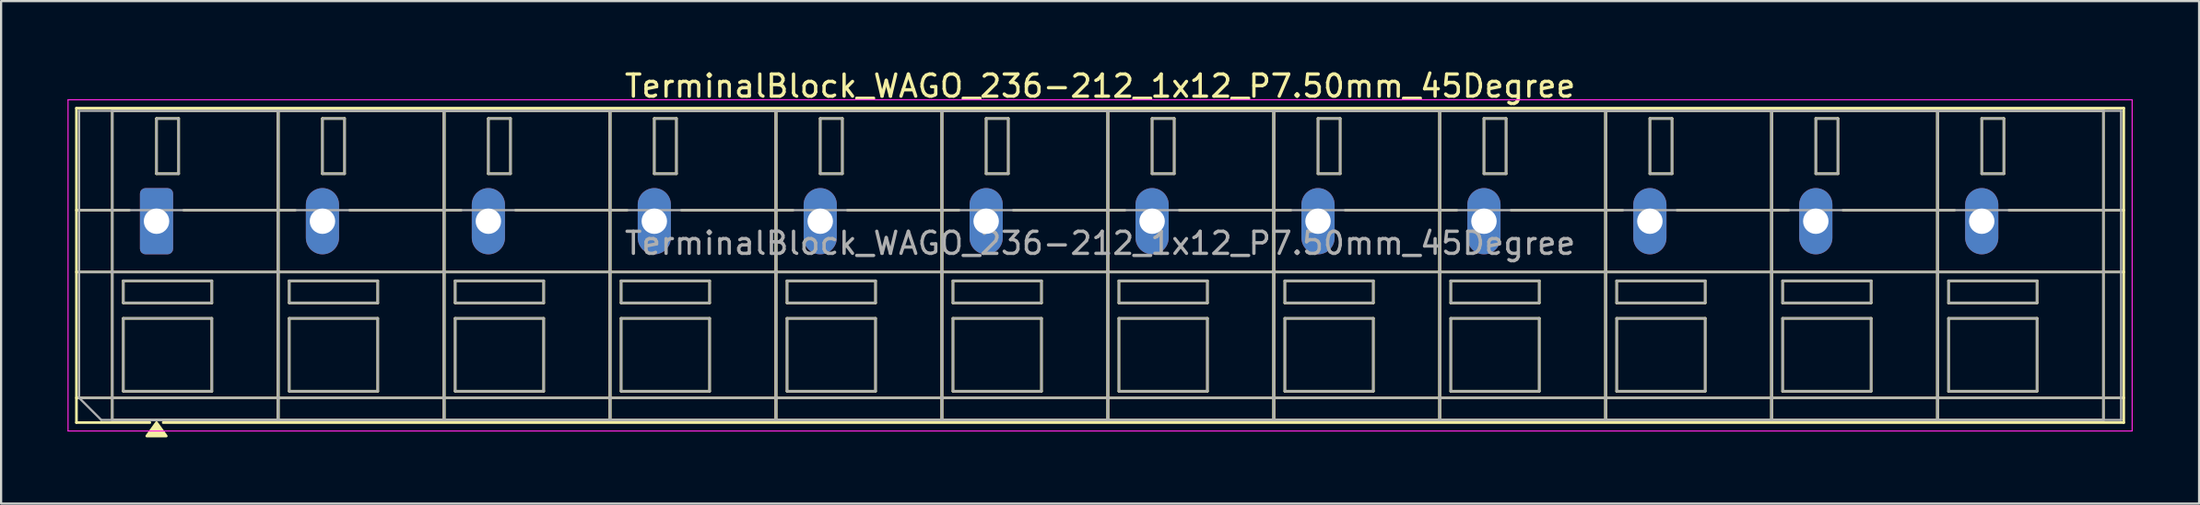
<source format=kicad_pcb>
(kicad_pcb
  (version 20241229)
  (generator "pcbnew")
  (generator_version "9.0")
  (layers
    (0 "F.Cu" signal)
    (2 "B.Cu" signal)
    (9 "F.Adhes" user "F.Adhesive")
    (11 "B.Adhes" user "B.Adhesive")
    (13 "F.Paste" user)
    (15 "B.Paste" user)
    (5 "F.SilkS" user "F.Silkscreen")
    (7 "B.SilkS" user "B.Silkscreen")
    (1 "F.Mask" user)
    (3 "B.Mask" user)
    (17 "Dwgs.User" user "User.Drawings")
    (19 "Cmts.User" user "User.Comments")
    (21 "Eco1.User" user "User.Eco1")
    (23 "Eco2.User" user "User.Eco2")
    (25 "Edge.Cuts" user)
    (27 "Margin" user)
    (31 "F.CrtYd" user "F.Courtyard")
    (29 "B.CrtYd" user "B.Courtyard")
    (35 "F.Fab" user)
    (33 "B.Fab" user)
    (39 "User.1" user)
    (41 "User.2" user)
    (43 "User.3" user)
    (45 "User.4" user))
  (footprint "TerminalBlock_WAGO_236-212_1x12_P7.50mm_45Degree"
    (layer "F.Cu")
    (at 4.025 6.968)
    (property "Reference" "TerminalBlock_WAGO_236-212_1x12_P7.50mm_45Degree" (at 42.65 -6.12 0) (layer "F.SilkS") (effects (font (size 1 1) (thickness 0.15))))
    (attr through_hole)
    (fp_line (start -3.62 -5.12) (end -3.62 9.12) (stroke (width 0.12) (type solid)) (layer "F.SilkS"))
    (fp_line (start -3.62 -5.12) (end 88.92 -5.12) (stroke (width 0.12) (type solid)) (layer "F.SilkS"))
    (fp_line (start -3.62 -0.5) (end -1.23 -0.5) (stroke (width 0.12) (type solid)) (layer "F.SilkS"))
    (fp_line (start -3.62 2.3) (end 88.92 2.3) (stroke (width 0.12) (type solid)) (layer "F.SilkS"))
    (fp_line (start -3.62 8) (end 88.92 8) (stroke (width 0.12) (type solid)) (layer "F.SilkS"))
    (fp_line (start -3.62 9.12) (end -0.3 9.12) (stroke (width 0.12) (type solid)) (layer "F.SilkS"))
    (fp_line (start -2 -5) (end -2 9) (stroke (width 0.12) (type solid)) (layer "F.SilkS"))
    (fp_line (start -2 -5) (end 5.5 -5) (stroke (width 0.12) (type solid)) (layer "F.SilkS"))
    (fp_line (start -2 9) (end 5.5 9) (stroke (width 0.12) (type solid)) (layer "F.SilkS"))
    (fp_line (start -1.5 2.7) (end -1.5 3.7) (stroke (width 0.12) (type solid)) (layer "F.SilkS"))
    (fp_line (start -1.5 2.7) (end 2.5 2.7) (stroke (width 0.12) (type solid)) (layer "F.SilkS"))
    (fp_line (start -1.5 3.7) (end 2.5 3.7) (stroke (width 0.12) (type solid)) (layer "F.SilkS"))
    (fp_line (start -1.5 4.4) (end -1.5 7.7) (stroke (width 0.12) (type solid)) (layer "F.SilkS"))
    (fp_line (start -1.5 4.4) (end 2.5 4.4) (stroke (width 0.12) (type solid)) (layer "F.SilkS"))
    (fp_line (start -1.5 7.7) (end 2.5 7.7) (stroke (width 0.12) (type solid)) (layer "F.SilkS"))
    (fp_line (start 0 -4.65) (end 0 -2.15) (stroke (width 0.12) (type solid)) (layer "F.SilkS"))
    (fp_line (start 0 -4.65) (end 1 -4.65) (stroke (width 0.12) (type solid)) (layer "F.SilkS"))
    (fp_line (start 0 -2.15) (end 1 -2.15) (stroke (width 0.12) (type solid)) (layer "F.SilkS"))
    (fp_line (start 0.3 9.12) (end 88.92 9.12) (stroke (width 0.12) (type solid)) (layer "F.SilkS"))
    (fp_line (start 1 -4.65) (end 1 -2.15) (stroke (width 0.12) (type solid)) (layer "F.SilkS"))
    (fp_line (start 1.23 -0.5) (end 6.27 -0.5) (stroke (width 0.12) (type solid)) (layer "F.SilkS"))
    (fp_line (start 2.5 2.7) (end 2.5 3.7) (stroke (width 0.12) (type solid)) (layer "F.SilkS"))
    (fp_line (start 2.5 4.4) (end 2.5 7.7) (stroke (width 0.12) (type solid)) (layer "F.SilkS"))
    (fp_line (start 5.5 -5) (end 5.5 9) (stroke (width 0.12) (type solid)) (layer "F.SilkS"))
    (fp_line (start 5.5 -5) (end 5.5 9) (stroke (width 0.12) (type solid)) (layer "F.SilkS"))
    (fp_line (start 5.5 -5) (end 13 -5) (stroke (width 0.12) (type solid)) (layer "F.SilkS"))
    (fp_line (start 5.5 9) (end 13 9) (stroke (width 0.12) (type solid)) (layer "F.SilkS"))
    (fp_line (start 6 2.7) (end 6 3.7) (stroke (width 0.12) (type solid)) (layer "F.SilkS"))
    (fp_line (start 6 2.7) (end 10 2.7) (stroke (width 0.12) (type solid)) (layer "F.SilkS"))
    (fp_line (start 6 3.7) (end 10 3.7) (stroke (width 0.12) (type solid)) (layer "F.SilkS"))
    (fp_line (start 6 4.4) (end 6 7.7) (stroke (width 0.12) (type solid)) (layer "F.SilkS"))
    (fp_line (start 6 4.4) (end 10 4.4) (stroke (width 0.12) (type solid)) (layer "F.SilkS"))
    (fp_line (start 6 7.7) (end 10 7.7) (stroke (width 0.12) (type solid)) (layer "F.SilkS"))
    (fp_line (start 7.5 -4.65) (end 7.5 -2.15) (stroke (width 0.12) (type solid)) (layer "F.SilkS"))
    (fp_line (start 7.5 -4.65) (end 8.5 -4.65) (stroke (width 0.12) (type solid)) (layer "F.SilkS"))
    (fp_line (start 7.5 -2.15) (end 8.5 -2.15) (stroke (width 0.12) (type solid)) (layer "F.SilkS"))
    (fp_line (start 8.5 -4.65) (end 8.5 -2.15) (stroke (width 0.12) (type solid)) (layer "F.SilkS"))
    (fp_line (start 8.73 -0.5) (end 13.77 -0.5) (stroke (width 0.12) (type solid)) (layer "F.SilkS"))
    (fp_line (start 10 2.7) (end 10 3.7) (stroke (width 0.12) (type solid)) (layer "F.SilkS"))
    (fp_line (start 10 4.4) (end 10 7.7) (stroke (width 0.12) (type solid)) (layer "F.SilkS"))
    (fp_line (start 13 -5) (end 13 9) (stroke (width 0.12) (type solid)) (layer "F.SilkS"))
    (fp_line (start 13 -5) (end 13 9) (stroke (width 0.12) (type solid)) (layer "F.SilkS"))
    (fp_line (start 13 -5) (end 20.5 -5) (stroke (width 0.12) (type solid)) (layer "F.SilkS"))
    (fp_line (start 13 9) (end 20.5 9) (stroke (width 0.12) (type solid)) (layer "F.SilkS"))
    (fp_line (start 13.5 2.7) (end 13.5 3.7) (stroke (width 0.12) (type solid)) (layer "F.SilkS"))
    (fp_line (start 13.5 2.7) (end 17.5 2.7) (stroke (width 0.12) (type solid)) (layer "F.SilkS"))
    (fp_line (start 13.5 3.7) (end 17.5 3.7) (stroke (width 0.12) (type solid)) (layer "F.SilkS"))
    (fp_line (start 13.5 4.4) (end 13.5 7.7) (stroke (width 0.12) (type solid)) (layer "F.SilkS"))
    (fp_line (start 13.5 4.4) (end 17.5 4.4) (stroke (width 0.12) (type solid)) (layer "F.SilkS"))
    (fp_line (start 13.5 7.7) (end 17.5 7.7) (stroke (width 0.12) (type solid)) (layer "F.SilkS"))
    (fp_line (start 15 -4.65) (end 15 -2.15) (stroke (width 0.12) (type solid)) (layer "F.SilkS"))
    (fp_line (start 15 -4.65) (end 16 -4.65) (stroke (width 0.12) (type solid)) (layer "F.SilkS"))
    (fp_line (start 15 -2.15) (end 16 -2.15) (stroke (width 0.12) (type solid)) (layer "F.SilkS"))
    (fp_line (start 16 -4.65) (end 16 -2.15) (stroke (width 0.12) (type solid)) (layer "F.SilkS"))
    (fp_line (start 16.23 -0.5) (end 21.27 -0.5) (stroke (width 0.12) (type solid)) (layer "F.SilkS"))
    (fp_line (start 17.5 2.7) (end 17.5 3.7) (stroke (width 0.12) (type solid)) (layer "F.SilkS"))
    (fp_line (start 17.5 4.4) (end 17.5 7.7) (stroke (width 0.12) (type solid)) (layer "F.SilkS"))
    (fp_line (start 20.5 -5) (end 20.5 9) (stroke (width 0.12) (type solid)) (layer "F.SilkS"))
    (fp_line (start 20.5 -5) (end 20.5 9) (stroke (width 0.12) (type solid)) (layer "F.SilkS"))
    (fp_line (start 20.5 -5) (end 28 -5) (stroke (width 0.12) (type solid)) (layer "F.SilkS"))
    (fp_line (start 20.5 9) (end 28 9) (stroke (width 0.12) (type solid)) (layer "F.SilkS"))
    (fp_line (start 21 2.7) (end 21 3.7) (stroke (width 0.12) (type solid)) (layer "F.SilkS"))
    (fp_line (start 21 2.7) (end 25 2.7) (stroke (width 0.12) (type solid)) (layer "F.SilkS"))
    (fp_line (start 21 3.7) (end 25 3.7) (stroke (width 0.12) (type solid)) (layer "F.SilkS"))
    (fp_line (start 21 4.4) (end 21 7.7) (stroke (width 0.12) (type solid)) (layer "F.SilkS"))
    (fp_line (start 21 4.4) (end 25 4.4) (stroke (width 0.12) (type solid)) (layer "F.SilkS"))
    (fp_line (start 21 7.7) (end 25 7.7) (stroke (width 0.12) (type solid)) (layer "F.SilkS"))
    (fp_line (start 22.5 -4.65) (end 22.5 -2.15) (stroke (width 0.12) (type solid)) (layer "F.SilkS"))
    (fp_line (start 22.5 -4.65) (end 23.5 -4.65) (stroke (width 0.12) (type solid)) (layer "F.SilkS"))
    (fp_line (start 22.5 -2.15) (end 23.5 -2.15) (stroke (width 0.12) (type solid)) (layer "F.SilkS"))
    (fp_line (start 23.5 -4.65) (end 23.5 -2.15) (stroke (width 0.12) (type solid)) (layer "F.SilkS"))
    (fp_line (start 23.73 -0.5) (end 28.77 -0.5) (stroke (width 0.12) (type solid)) (layer "F.SilkS"))
    (fp_line (start 25 2.7) (end 25 3.7) (stroke (width 0.12) (type solid)) (layer "F.SilkS"))
    (fp_line (start 25 4.4) (end 25 7.7) (stroke (width 0.12) (type solid)) (layer "F.SilkS"))
    (fp_line (start 28 -5) (end 28 9) (stroke (width 0.12) (type solid)) (layer "F.SilkS"))
    (fp_line (start 28 -5) (end 28 9) (stroke (width 0.12) (type solid)) (layer "F.SilkS"))
    (fp_line (start 28 -5) (end 35.5 -5) (stroke (width 0.12) (type solid)) (layer "F.SilkS"))
    (fp_line (start 28 9) (end 35.5 9) (stroke (width 0.12) (type solid)) (layer "F.SilkS"))
    (fp_line (start 28.5 2.7) (end 28.5 3.7) (stroke (width 0.12) (type solid)) (layer "F.SilkS"))
    (fp_line (start 28.5 2.7) (end 32.5 2.7) (stroke (width 0.12) (type solid)) (layer "F.SilkS"))
    (fp_line (start 28.5 3.7) (end 32.5 3.7) (stroke (width 0.12) (type solid)) (layer "F.SilkS"))
    (fp_line (start 28.5 4.4) (end 28.5 7.7) (stroke (width 0.12) (type solid)) (layer "F.SilkS"))
    (fp_line (start 28.5 4.4) (end 32.5 4.4) (stroke (width 0.12) (type solid)) (layer "F.SilkS"))
    (fp_line (start 28.5 7.7) (end 32.5 7.7) (stroke (width 0.12) (type solid)) (layer "F.SilkS"))
    (fp_line (start 30 -4.65) (end 30 -2.15) (stroke (width 0.12) (type solid)) (layer "F.SilkS"))
    (fp_line (start 30 -4.65) (end 31 -4.65) (stroke (width 0.12) (type solid)) (layer "F.SilkS"))
    (fp_line (start 30 -2.15) (end 31 -2.15) (stroke (width 0.12) (type solid)) (layer "F.SilkS"))
    (fp_line (start 31 -4.65) (end 31 -2.15) (stroke (width 0.12) (type solid)) (layer "F.SilkS"))
    (fp_line (start 31.23 -0.5) (end 36.27 -0.5) (stroke (width 0.12) (type solid)) (layer "F.SilkS"))
    (fp_line (start 32.5 2.7) (end 32.5 3.7) (stroke (width 0.12) (type solid)) (layer "F.SilkS"))
    (fp_line (start 32.5 4.4) (end 32.5 7.7) (stroke (width 0.12) (type solid)) (layer "F.SilkS"))
    (fp_line (start 35.5 -5) (end 35.5 9) (stroke (width 0.12) (type solid)) (layer "F.SilkS"))
    (fp_line (start 35.5 -5) (end 35.5 9) (stroke (width 0.12) (type solid)) (layer "F.SilkS"))
    (fp_line (start 35.5 -5) (end 43 -5) (stroke (width 0.12) (type solid)) (layer "F.SilkS"))
    (fp_line (start 35.5 9) (end 43 9) (stroke (width 0.12) (type solid)) (layer "F.SilkS"))
    (fp_line (start 36 2.7) (end 36 3.7) (stroke (width 0.12) (type solid)) (layer "F.SilkS"))
    (fp_line (start 36 2.7) (end 40 2.7) (stroke (width 0.12) (type solid)) (layer "F.SilkS"))
    (fp_line (start 36 3.7) (end 40 3.7) (stroke (width 0.12) (type solid)) (layer "F.SilkS"))
    (fp_line (start 36 4.4) (end 36 7.7) (stroke (width 0.12) (type solid)) (layer "F.SilkS"))
    (fp_line (start 36 4.4) (end 40 4.4) (stroke (width 0.12) (type solid)) (layer "F.SilkS"))
    (fp_line (start 36 7.7) (end 40 7.7) (stroke (width 0.12) (type solid)) (layer "F.SilkS"))
    (fp_line (start 37.5 -4.65) (end 37.5 -2.15) (stroke (width 0.12) (type solid)) (layer "F.SilkS"))
    (fp_line (start 37.5 -4.65) (end 38.5 -4.65) (stroke (width 0.12) (type solid)) (layer "F.SilkS"))
    (fp_line (start 37.5 -2.15) (end 38.5 -2.15) (stroke (width 0.12) (type solid)) (layer "F.SilkS"))
    (fp_line (start 38.5 -4.65) (end 38.5 -2.15) (stroke (width 0.12) (type solid)) (layer "F.SilkS"))
    (fp_line (start 38.73 -0.5) (end 43.77 -0.5) (stroke (width 0.12) (type solid)) (layer "F.SilkS"))
    (fp_line (start 40 2.7) (end 40 3.7) (stroke (width 0.12) (type solid)) (layer "F.SilkS"))
    (fp_line (start 40 4.4) (end 40 7.7) (stroke (width 0.12) (type solid)) (layer "F.SilkS"))
    (fp_line (start 43 -5) (end 43 9) (stroke (width 0.12) (type solid)) (layer "F.SilkS"))
    (fp_line (start 43 -5) (end 43 9) (stroke (width 0.12) (type solid)) (layer "F.SilkS"))
    (fp_line (start 43 -5) (end 50.5 -5) (stroke (width 0.12) (type solid)) (layer "F.SilkS"))
    (fp_line (start 43 9) (end 50.5 9) (stroke (width 0.12) (type solid)) (layer "F.SilkS"))
    (fp_line (start 43.5 2.7) (end 43.5 3.7) (stroke (width 0.12) (type solid)) (layer "F.SilkS"))
    (fp_line (start 43.5 2.7) (end 47.5 2.7) (stroke (width 0.12) (type solid)) (layer "F.SilkS"))
    (fp_line (start 43.5 3.7) (end 47.5 3.7) (stroke (width 0.12) (type solid)) (layer "F.SilkS"))
    (fp_line (start 43.5 4.4) (end 43.5 7.7) (stroke (width 0.12) (type solid)) (layer "F.SilkS"))
    (fp_line (start 43.5 4.4) (end 47.5 4.4) (stroke (width 0.12) (type solid)) (layer "F.SilkS"))
    (fp_line (start 43.5 7.7) (end 47.5 7.7) (stroke (width 0.12) (type solid)) (layer "F.SilkS"))
    (fp_line (start 45 -4.65) (end 45 -2.15) (stroke (width 0.12) (type solid)) (layer "F.SilkS"))
    (fp_line (start 45 -4.65) (end 46 -4.65) (stroke (width 0.12) (type solid)) (layer "F.SilkS"))
    (fp_line (start 45 -2.15) (end 46 -2.15) (stroke (width 0.12) (type solid)) (layer "F.SilkS"))
    (fp_line (start 46 -4.65) (end 46 -2.15) (stroke (width 0.12) (type solid)) (layer "F.SilkS"))
    (fp_line (start 46.23 -0.5) (end 51.27 -0.5) (stroke (width 0.12) (type solid)) (layer "F.SilkS"))
    (fp_line (start 47.5 2.7) (end 47.5 3.7) (stroke (width 0.12) (type solid)) (layer "F.SilkS"))
    (fp_line (start 47.5 4.4) (end 47.5 7.7) (stroke (width 0.12) (type solid)) (layer "F.SilkS"))
    (fp_line (start 50.5 -5) (end 50.5 9) (stroke (width 0.12) (type solid)) (layer "F.SilkS"))
    (fp_line (start 50.5 -5) (end 50.5 9) (stroke (width 0.12) (type solid)) (layer "F.SilkS"))
    (fp_line (start 50.5 -5) (end 58 -5) (stroke (width 0.12) (type solid)) (layer "F.SilkS"))
    (fp_line (start 50.5 9) (end 58 9) (stroke (width 0.12) (type solid)) (layer "F.SilkS"))
    (fp_line (start 51 2.7) (end 51 3.7) (stroke (width 0.12) (type solid)) (layer "F.SilkS"))
    (fp_line (start 51 2.7) (end 55 2.7) (stroke (width 0.12) (type solid)) (layer "F.SilkS"))
    (fp_line (start 51 3.7) (end 55 3.7) (stroke (width 0.12) (type solid)) (layer "F.SilkS"))
    (fp_line (start 51 4.4) (end 51 7.7) (stroke (width 0.12) (type solid)) (layer "F.SilkS"))
    (fp_line (start 51 4.4) (end 55 4.4) (stroke (width 0.12) (type solid)) (layer "F.SilkS"))
    (fp_line (start 51 7.7) (end 55 7.7) (stroke (width 0.12) (type solid)) (layer "F.SilkS"))
    (fp_line (start 52.5 -4.65) (end 52.5 -2.15) (stroke (width 0.12) (type solid)) (layer "F.SilkS"))
    (fp_line (start 52.5 -4.65) (end 53.5 -4.65) (stroke (width 0.12) (type solid)) (layer "F.SilkS"))
    (fp_line (start 52.5 -2.15) (end 53.5 -2.15) (stroke (width 0.12) (type solid)) (layer "F.SilkS"))
    (fp_line (start 53.5 -4.65) (end 53.5 -2.15) (stroke (width 0.12) (type solid)) (layer "F.SilkS"))
    (fp_line (start 53.73 -0.5) (end 58.77 -0.5) (stroke (width 0.12) (type solid)) (layer "F.SilkS"))
    (fp_line (start 55 2.7) (end 55 3.7) (stroke (width 0.12) (type solid)) (layer "F.SilkS"))
    (fp_line (start 55 4.4) (end 55 7.7) (stroke (width 0.12) (type solid)) (layer "F.SilkS"))
    (fp_line (start 58 -5) (end 58 9) (stroke (width 0.12) (type solid)) (layer "F.SilkS"))
    (fp_line (start 58 -5) (end 58 9) (stroke (width 0.12) (type solid)) (layer "F.SilkS"))
    (fp_line (start 58 -5) (end 65.5 -5) (stroke (width 0.12) (type solid)) (layer "F.SilkS"))
    (fp_line (start 58 9) (end 65.5 9) (stroke (width 0.12) (type solid)) (layer "F.SilkS"))
    (fp_line (start 58.5 2.7) (end 58.5 3.7) (stroke (width 0.12) (type solid)) (layer "F.SilkS"))
    (fp_line (start 58.5 2.7) (end 62.5 2.7) (stroke (width 0.12) (type solid)) (layer "F.SilkS"))
    (fp_line (start 58.5 3.7) (end 62.5 3.7) (stroke (width 0.12) (type solid)) (layer "F.SilkS"))
    (fp_line (start 58.5 4.4) (end 58.5 7.7) (stroke (width 0.12) (type solid)) (layer "F.SilkS"))
    (fp_line (start 58.5 4.4) (end 62.5 4.4) (stroke (width 0.12) (type solid)) (layer "F.SilkS"))
    (fp_line (start 58.5 7.7) (end 62.5 7.7) (stroke (width 0.12) (type solid)) (layer "F.SilkS"))
    (fp_line (start 60 -4.65) (end 60 -2.15) (stroke (width 0.12) (type solid)) (layer "F.SilkS"))
    (fp_line (start 60 -4.65) (end 61 -4.65) (stroke (width 0.12) (type solid)) (layer "F.SilkS"))
    (fp_line (start 60 -2.15) (end 61 -2.15) (stroke (width 0.12) (type solid)) (layer "F.SilkS"))
    (fp_line (start 61 -4.65) (end 61 -2.15) (stroke (width 0.12) (type solid)) (layer "F.SilkS"))
    (fp_line (start 61.23 -0.5) (end 66.27 -0.5) (stroke (width 0.12) (type solid)) (layer "F.SilkS"))
    (fp_line (start 62.5 2.7) (end 62.5 3.7) (stroke (width 0.12) (type solid)) (layer "F.SilkS"))
    (fp_line (start 62.5 4.4) (end 62.5 7.7) (stroke (width 0.12) (type solid)) (layer "F.SilkS"))
    (fp_line (start 65.5 -5) (end 65.5 9) (stroke (width 0.12) (type solid)) (layer "F.SilkS"))
    (fp_line (start 65.5 -5) (end 65.5 9) (stroke (width 0.12) (type solid)) (layer "F.SilkS"))
    (fp_line (start 65.5 -5) (end 73 -5) (stroke (width 0.12) (type solid)) (layer "F.SilkS"))
    (fp_line (start 65.5 9) (end 73 9) (stroke (width 0.12) (type solid)) (layer "F.SilkS"))
    (fp_line (start 66 2.7) (end 66 3.7) (stroke (width 0.12) (type solid)) (layer "F.SilkS"))
    (fp_line (start 66 2.7) (end 70 2.7) (stroke (width 0.12) (type solid)) (layer "F.SilkS"))
    (fp_line (start 66 3.7) (end 70 3.7) (stroke (width 0.12) (type solid)) (layer "F.SilkS"))
    (fp_line (start 66 4.4) (end 66 7.7) (stroke (width 0.12) (type solid)) (layer "F.SilkS"))
    (fp_line (start 66 4.4) (end 70 4.4) (stroke (width 0.12) (type solid)) (layer "F.SilkS"))
    (fp_line (start 66 7.7) (end 70 7.7) (stroke (width 0.12) (type solid)) (layer "F.SilkS"))
    (fp_line (start 67.5 -4.65) (end 67.5 -2.15) (stroke (width 0.12) (type solid)) (layer "F.SilkS"))
    (fp_line (start 67.5 -4.65) (end 68.5 -4.65) (stroke (width 0.12) (type solid)) (layer "F.SilkS"))
    (fp_line (start 67.5 -2.15) (end 68.5 -2.15) (stroke (width 0.12) (type solid)) (layer "F.SilkS"))
    (fp_line (start 68.5 -4.65) (end 68.5 -2.15) (stroke (width 0.12) (type solid)) (layer "F.SilkS"))
    (fp_line (start 68.73 -0.5) (end 73.77 -0.5) (stroke (width 0.12) (type solid)) (layer "F.SilkS"))
    (fp_line (start 70 2.7) (end 70 3.7) (stroke (width 0.12) (type solid)) (layer "F.SilkS"))
    (fp_line (start 70 4.4) (end 70 7.7) (stroke (width 0.12) (type solid)) (layer "F.SilkS"))
    (fp_line (start 73 -5) (end 73 9) (stroke (width 0.12) (type solid)) (layer "F.SilkS"))
    (fp_line (start 73 -5) (end 73 9) (stroke (width 0.12) (type solid)) (layer "F.SilkS"))
    (fp_line (start 73 -5) (end 80.5 -5) (stroke (width 0.12) (type solid)) (layer "F.SilkS"))
    (fp_line (start 73 9) (end 80.5 9) (stroke (width 0.12) (type solid)) (layer "F.SilkS"))
    (fp_line (start 73.5 2.7) (end 73.5 3.7) (stroke (width 0.12) (type solid)) (layer "F.SilkS"))
    (fp_line (start 73.5 2.7) (end 77.5 2.7) (stroke (width 0.12) (type solid)) (layer "F.SilkS"))
    (fp_line (start 73.5 3.7) (end 77.5 3.7) (stroke (width 0.12) (type solid)) (layer "F.SilkS"))
    (fp_line (start 73.5 4.4) (end 73.5 7.7) (stroke (width 0.12) (type solid)) (layer "F.SilkS"))
    (fp_line (start 73.5 4.4) (end 77.5 4.4) (stroke (width 0.12) (type solid)) (layer "F.SilkS"))
    (fp_line (start 73.5 7.7) (end 77.5 7.7) (stroke (width 0.12) (type solid)) (layer "F.SilkS"))
    (fp_line (start 75 -4.65) (end 75 -2.15) (stroke (width 0.12) (type solid)) (layer "F.SilkS"))
    (fp_line (start 75 -4.65) (end 76 -4.65) (stroke (width 0.12) (type solid)) (layer "F.SilkS"))
    (fp_line (start 75 -2.15) (end 76 -2.15) (stroke (width 0.12) (type solid)) (layer "F.SilkS"))
    (fp_line (start 76 -4.65) (end 76 -2.15) (stroke (width 0.12) (type solid)) (layer "F.SilkS"))
    (fp_line (start 76.23 -0.5) (end 81.27 -0.5) (stroke (width 0.12) (type solid)) (layer "F.SilkS"))
    (fp_line (start 77.5 2.7) (end 77.5 3.7) (stroke (width 0.12) (type solid)) (layer "F.SilkS"))
    (fp_line (start 77.5 4.4) (end 77.5 7.7) (stroke (width 0.12) (type solid)) (layer "F.SilkS"))
    (fp_line (start 80.5 -5) (end 80.5 9) (stroke (width 0.12) (type solid)) (layer "F.SilkS"))
    (fp_line (start 80.5 -5) (end 80.5 9) (stroke (width 0.12) (type solid)) (layer "F.SilkS"))
    (fp_line (start 80.5 -5) (end 88 -5) (stroke (width 0.12) (type solid)) (layer "F.SilkS"))
    (fp_line (start 80.5 9) (end 88 9) (stroke (width 0.12) (type solid)) (layer "F.SilkS"))
    (fp_line (start 81 2.7) (end 81 3.7) (stroke (width 0.12) (type solid)) (layer "F.SilkS"))
    (fp_line (start 81 2.7) (end 85 2.7) (stroke (width 0.12) (type solid)) (layer "F.SilkS"))
    (fp_line (start 81 3.7) (end 85 3.7) (stroke (width 0.12) (type solid)) (layer "F.SilkS"))
    (fp_line (start 81 4.4) (end 81 7.7) (stroke (width 0.12) (type solid)) (layer "F.SilkS"))
    (fp_line (start 81 4.4) (end 85 4.4) (stroke (width 0.12) (type solid)) (layer "F.SilkS"))
    (fp_line (start 81 7.7) (end 85 7.7) (stroke (width 0.12) (type solid)) (layer "F.SilkS"))
    (fp_line (start 82.5 -4.65) (end 82.5 -2.15) (stroke (width 0.12) (type solid)) (layer "F.SilkS"))
    (fp_line (start 82.5 -4.65) (end 83.5 -4.65) (stroke (width 0.12) (type solid)) (layer "F.SilkS"))
    (fp_line (start 82.5 -2.15) (end 83.5 -2.15) (stroke (width 0.12) (type solid)) (layer "F.SilkS"))
    (fp_line (start 83.5 -4.65) (end 83.5 -2.15) (stroke (width 0.12) (type solid)) (layer "F.SilkS"))
    (fp_line (start 83.73 -0.5) (end 88.92 -0.5) (stroke (width 0.12) (type solid)) (layer "F.SilkS"))
    (fp_line (start 85 2.7) (end 85 3.7) (stroke (width 0.12) (type solid)) (layer "F.SilkS"))
    (fp_line (start 85 4.4) (end 85 7.7) (stroke (width 0.12) (type solid)) (layer "F.SilkS"))
    (fp_line (start 88 -5) (end 88 9) (stroke (width 0.12) (type solid)) (layer "F.SilkS"))
    (fp_line (start 88.92 -5.12) (end 88.92 9.12) (stroke (width 0.12) (type solid)) (layer "F.SilkS"))
    (fp_poly (pts (xy 0 9.12) (xy 0.44 9.73) (xy -0.44 9.73)) (stroke (width 0.12) (type solid)) (fill yes) (layer "F.SilkS"))
    (fp_line (start -4 -5.5) (end -4 9.5) (stroke (width 0.05) (type solid)) (layer "F.CrtYd"))
    (fp_line (start -4 9.5) (end 89.3 9.5) (stroke (width 0.05) (type solid)) (layer "F.CrtYd"))
    (fp_line (start 89.3 -5.5) (end -4 -5.5) (stroke (width 0.05) (type solid)) (layer "F.CrtYd"))
    (fp_line (start 89.3 9.5) (end 89.3 -5.5) (stroke (width 0.05) (type solid)) (layer "F.CrtYd"))
    (fp_line (start -3.5 -5) (end 88.8 -5) (stroke (width 0.1) (type solid)) (layer "F.Fab"))
    (fp_line (start -3.5 -0.5) (end 88.8 -0.5) (stroke (width 0.1) (type solid)) (layer "F.Fab"))
    (fp_line (start -3.5 2.3) (end 88.8 2.3) (stroke (width 0.1) (type solid)) (layer "F.Fab"))
    (fp_line (start -3.5 8) (end -3.5 -5) (stroke (width 0.1) (type solid)) (layer "F.Fab"))
    (fp_line (start -3.5 8) (end 88.8 8) (stroke (width 0.1) (type solid)) (layer "F.Fab"))
    (fp_line (start -2.5 9) (end -3.5 8) (stroke (width 0.1) (type solid)) (layer "F.Fab"))
    (fp_line (start -2 -5) (end -2 9) (stroke (width 0.1) (type solid)) (layer "F.Fab"))
    (fp_line (start -2 9) (end 5.5 9) (stroke (width 0.1) (type solid)) (layer "F.Fab"))
    (fp_line (start -1.5 2.7) (end -1.5 3.7) (stroke (width 0.1) (type solid)) (layer "F.Fab"))
    (fp_line (start -1.5 3.7) (end 2.5 3.7) (stroke (width 0.1) (type solid)) (layer "F.Fab"))
    (fp_line (start -1.5 4.4) (end -1.5 7.7) (stroke (width 0.1) (type solid)) (layer "F.Fab"))
    (fp_line (start -1.5 7.7) (end 2.5 7.7) (stroke (width 0.1) (type solid)) (layer "F.Fab"))
    (fp_line (start 0 -4.65) (end 0 -2.15) (stroke (width 0.1) (type solid)) (layer "F.Fab"))
    (fp_line (start 0 -2.15) (end 1 -2.15) (stroke (width 0.1) (type solid)) (layer "F.Fab"))
    (fp_line (start 1 -4.65) (end 0 -4.65) (stroke (width 0.1) (type solid)) (layer "F.Fab"))
    (fp_line (start 1 -2.15) (end 1 -4.65) (stroke (width 0.1) (type solid)) (layer "F.Fab"))
    (fp_line (start 2.5 2.7) (end -1.5 2.7) (stroke (width 0.1) (type solid)) (layer "F.Fab"))
    (fp_line (start 2.5 3.7) (end 2.5 2.7) (stroke (width 0.1) (type solid)) (layer "F.Fab"))
    (fp_line (start 2.5 4.4) (end -1.5 4.4) (stroke (width 0.1) (type solid)) (layer "F.Fab"))
    (fp_line (start 2.5 7.7) (end 2.5 4.4) (stroke (width 0.1) (type solid)) (layer "F.Fab"))
    (fp_line (start 5.5 -5) (end -2 -5) (stroke (width 0.1) (type solid)) (layer "F.Fab"))
    (fp_line (start 5.5 -5) (end 5.5 9) (stroke (width 0.1) (type solid)) (layer "F.Fab"))
    (fp_line (start 5.5 9) (end 5.5 -5) (stroke (width 0.1) (type solid)) (layer "F.Fab"))
    (fp_line (start 5.5 9) (end 13 9) (stroke (width 0.1) (type solid)) (layer "F.Fab"))
    (fp_line (start 6 2.7) (end 6 3.7) (stroke (width 0.1) (type solid)) (layer "F.Fab"))
    (fp_line (start 6 3.7) (end 10 3.7) (stroke (width 0.1) (type solid)) (layer "F.Fab"))
    (fp_line (start 6 4.4) (end 6 7.7) (stroke (width 0.1) (type solid)) (layer "F.Fab"))
    (fp_line (start 6 7.7) (end 10 7.7) (stroke (width 0.1) (type solid)) (layer "F.Fab"))
    (fp_line (start 7.5 -4.65) (end 7.5 -2.15) (stroke (width 0.1) (type solid)) (layer "F.Fab"))
    (fp_line (start 7.5 -2.15) (end 8.5 -2.15) (stroke (width 0.1) (type solid)) (layer "F.Fab"))
    (fp_line (start 8.5 -4.65) (end 7.5 -4.65) (stroke (width 0.1) (type solid)) (layer "F.Fab"))
    (fp_line (start 8.5 -2.15) (end 8.5 -4.65) (stroke (width 0.1) (type solid)) (layer "F.Fab"))
    (fp_line (start 10 2.7) (end 6 2.7) (stroke (width 0.1) (type solid)) (layer "F.Fab"))
    (fp_line (start 10 3.7) (end 10 2.7) (stroke (width 0.1) (type solid)) (layer "F.Fab"))
    (fp_line (start 10 4.4) (end 6 4.4) (stroke (width 0.1) (type solid)) (layer "F.Fab"))
    (fp_line (start 10 7.7) (end 10 4.4) (stroke (width 0.1) (type solid)) (layer "F.Fab"))
    (fp_line (start 13 -5) (end 5.5 -5) (stroke (width 0.1) (type solid)) (layer "F.Fab"))
    (fp_line (start 13 -5) (end 13 9) (stroke (width 0.1) (type solid)) (layer "F.Fab"))
    (fp_line (start 13 9) (end 13 -5) (stroke (width 0.1) (type solid)) (layer "F.Fab"))
    (fp_line (start 13 9) (end 20.5 9) (stroke (width 0.1) (type solid)) (layer "F.Fab"))
    (fp_line (start 13.5 2.7) (end 13.5 3.7) (stroke (width 0.1) (type solid)) (layer "F.Fab"))
    (fp_line (start 13.5 3.7) (end 17.5 3.7) (stroke (width 0.1) (type solid)) (layer "F.Fab"))
    (fp_line (start 13.5 4.4) (end 13.5 7.7) (stroke (width 0.1) (type solid)) (layer "F.Fab"))
    (fp_line (start 13.5 7.7) (end 17.5 7.7) (stroke (width 0.1) (type solid)) (layer "F.Fab"))
    (fp_line (start 15 -4.65) (end 15 -2.15) (stroke (width 0.1) (type solid)) (layer "F.Fab"))
    (fp_line (start 15 -2.15) (end 16 -2.15) (stroke (width 0.1) (type solid)) (layer "F.Fab"))
    (fp_line (start 16 -4.65) (end 15 -4.65) (stroke (width 0.1) (type solid)) (layer "F.Fab"))
    (fp_line (start 16 -2.15) (end 16 -4.65) (stroke (width 0.1) (type solid)) (layer "F.Fab"))
    (fp_line (start 17.5 2.7) (end 13.5 2.7) (stroke (width 0.1) (type solid)) (layer "F.Fab"))
    (fp_line (start 17.5 3.7) (end 17.5 2.7) (stroke (width 0.1) (type solid)) (layer "F.Fab"))
    (fp_line (start 17.5 4.4) (end 13.5 4.4) (stroke (width 0.1) (type solid)) (layer "F.Fab"))
    (fp_line (start 17.5 7.7) (end 17.5 4.4) (stroke (width 0.1) (type solid)) (layer "F.Fab"))
    (fp_line (start 20.5 -5) (end 13 -5) (stroke (width 0.1) (type solid)) (layer "F.Fab"))
    (fp_line (start 20.5 -5) (end 20.5 9) (stroke (width 0.1) (type solid)) (layer "F.Fab"))
    (fp_line (start 20.5 9) (end 20.5 -5) (stroke (width 0.1) (type solid)) (layer "F.Fab"))
    (fp_line (start 20.5 9) (end 28 9) (stroke (width 0.1) (type solid)) (layer "F.Fab"))
    (fp_line (start 21 2.7) (end 21 3.7) (stroke (width 0.1) (type solid)) (layer "F.Fab"))
    (fp_line (start 21 3.7) (end 25 3.7) (stroke (width 0.1) (type solid)) (layer "F.Fab"))
    (fp_line (start 21 4.4) (end 21 7.7) (stroke (width 0.1) (type solid)) (layer "F.Fab"))
    (fp_line (start 21 7.7) (end 25 7.7) (stroke (width 0.1) (type solid)) (layer "F.Fab"))
    (fp_line (start 22.5 -4.65) (end 22.5 -2.15) (stroke (width 0.1) (type solid)) (layer "F.Fab"))
    (fp_line (start 22.5 -2.15) (end 23.5 -2.15) (stroke (width 0.1) (type solid)) (layer "F.Fab"))
    (fp_line (start 23.5 -4.65) (end 22.5 -4.65) (stroke (width 0.1) (type solid)) (layer "F.Fab"))
    (fp_line (start 23.5 -2.15) (end 23.5 -4.65) (stroke (width 0.1) (type solid)) (layer "F.Fab"))
    (fp_line (start 25 2.7) (end 21 2.7) (stroke (width 0.1) (type solid)) (layer "F.Fab"))
    (fp_line (start 25 3.7) (end 25 2.7) (stroke (width 0.1) (type solid)) (layer "F.Fab"))
    (fp_line (start 25 4.4) (end 21 4.4) (stroke (width 0.1) (type solid)) (layer "F.Fab"))
    (fp_line (start 25 7.7) (end 25 4.4) (stroke (width 0.1) (type solid)) (layer "F.Fab"))
    (fp_line (start 28 -5) (end 20.5 -5) (stroke (width 0.1) (type solid)) (layer "F.Fab"))
    (fp_line (start 28 -5) (end 28 9) (stroke (width 0.1) (type solid)) (layer "F.Fab"))
    (fp_line (start 28 9) (end 28 -5) (stroke (width 0.1) (type solid)) (layer "F.Fab"))
    (fp_line (start 28 9) (end 35.5 9) (stroke (width 0.1) (type solid)) (layer "F.Fab"))
    (fp_line (start 28.5 2.7) (end 28.5 3.7) (stroke (width 0.1) (type solid)) (layer "F.Fab"))
    (fp_line (start 28.5 3.7) (end 32.5 3.7) (stroke (width 0.1) (type solid)) (layer "F.Fab"))
    (fp_line (start 28.5 4.4) (end 28.5 7.7) (stroke (width 0.1) (type solid)) (layer "F.Fab"))
    (fp_line (start 28.5 7.7) (end 32.5 7.7) (stroke (width 0.1) (type solid)) (layer "F.Fab"))
    (fp_line (start 30 -4.65) (end 30 -2.15) (stroke (width 0.1) (type solid)) (layer "F.Fab"))
    (fp_line (start 30 -2.15) (end 31 -2.15) (stroke (width 0.1) (type solid)) (layer "F.Fab"))
    (fp_line (start 31 -4.65) (end 30 -4.65) (stroke (width 0.1) (type solid)) (layer "F.Fab"))
    (fp_line (start 31 -2.15) (end 31 -4.65) (stroke (width 0.1) (type solid)) (layer "F.Fab"))
    (fp_line (start 32.5 2.7) (end 28.5 2.7) (stroke (width 0.1) (type solid)) (layer "F.Fab"))
    (fp_line (start 32.5 3.7) (end 32.5 2.7) (stroke (width 0.1) (type solid)) (layer "F.Fab"))
    (fp_line (start 32.5 4.4) (end 28.5 4.4) (stroke (width 0.1) (type solid)) (layer "F.Fab"))
    (fp_line (start 32.5 7.7) (end 32.5 4.4) (stroke (width 0.1) (type solid)) (layer "F.Fab"))
    (fp_line (start 35.5 -5) (end 28 -5) (stroke (width 0.1) (type solid)) (layer "F.Fab"))
    (fp_line (start 35.5 -5) (end 35.5 9) (stroke (width 0.1) (type solid)) (layer "F.Fab"))
    (fp_line (start 35.5 9) (end 35.5 -5) (stroke (width 0.1) (type solid)) (layer "F.Fab"))
    (fp_line (start 35.5 9) (end 43 9) (stroke (width 0.1) (type solid)) (layer "F.Fab"))
    (fp_line (start 36 2.7) (end 36 3.7) (stroke (width 0.1) (type solid)) (layer "F.Fab"))
    (fp_line (start 36 3.7) (end 40 3.7) (stroke (width 0.1) (type solid)) (layer "F.Fab"))
    (fp_line (start 36 4.4) (end 36 7.7) (stroke (width 0.1) (type solid)) (layer "F.Fab"))
    (fp_line (start 36 7.7) (end 40 7.7) (stroke (width 0.1) (type solid)) (layer "F.Fab"))
    (fp_line (start 37.5 -4.65) (end 37.5 -2.15) (stroke (width 0.1) (type solid)) (layer "F.Fab"))
    (fp_line (start 37.5 -2.15) (end 38.5 -2.15) (stroke (width 0.1) (type solid)) (layer "F.Fab"))
    (fp_line (start 38.5 -4.65) (end 37.5 -4.65) (stroke (width 0.1) (type solid)) (layer "F.Fab"))
    (fp_line (start 38.5 -2.15) (end 38.5 -4.65) (stroke (width 0.1) (type solid)) (layer "F.Fab"))
    (fp_line (start 40 2.7) (end 36 2.7) (stroke (width 0.1) (type solid)) (layer "F.Fab"))
    (fp_line (start 40 3.7) (end 40 2.7) (stroke (width 0.1) (type solid)) (layer "F.Fab"))
    (fp_line (start 40 4.4) (end 36 4.4) (stroke (width 0.1) (type solid)) (layer "F.Fab"))
    (fp_line (start 40 7.7) (end 40 4.4) (stroke (width 0.1) (type solid)) (layer "F.Fab"))
    (fp_line (start 43 -5) (end 35.5 -5) (stroke (width 0.1) (type solid)) (layer "F.Fab"))
    (fp_line (start 43 -5) (end 43 9) (stroke (width 0.1) (type solid)) (layer "F.Fab"))
    (fp_line (start 43 9) (end 43 -5) (stroke (width 0.1) (type solid)) (layer "F.Fab"))
    (fp_line (start 43 9) (end 50.5 9) (stroke (width 0.1) (type solid)) (layer "F.Fab"))
    (fp_line (start 43.5 2.7) (end 43.5 3.7) (stroke (width 0.1) (type solid)) (layer "F.Fab"))
    (fp_line (start 43.5 3.7) (end 47.5 3.7) (stroke (width 0.1) (type solid)) (layer "F.Fab"))
    (fp_line (start 43.5 4.4) (end 43.5 7.7) (stroke (width 0.1) (type solid)) (layer "F.Fab"))
    (fp_line (start 43.5 7.7) (end 47.5 7.7) (stroke (width 0.1) (type solid)) (layer "F.Fab"))
    (fp_line (start 45 -4.65) (end 45 -2.15) (stroke (width 0.1) (type solid)) (layer "F.Fab"))
    (fp_line (start 45 -2.15) (end 46 -2.15) (stroke (width 0.1) (type solid)) (layer "F.Fab"))
    (fp_line (start 46 -4.65) (end 45 -4.65) (stroke (width 0.1) (type solid)) (layer "F.Fab"))
    (fp_line (start 46 -2.15) (end 46 -4.65) (stroke (width 0.1) (type solid)) (layer "F.Fab"))
    (fp_line (start 47.5 2.7) (end 43.5 2.7) (stroke (width 0.1) (type solid)) (layer "F.Fab"))
    (fp_line (start 47.5 3.7) (end 47.5 2.7) (stroke (width 0.1) (type solid)) (layer "F.Fab"))
    (fp_line (start 47.5 4.4) (end 43.5 4.4) (stroke (width 0.1) (type solid)) (layer "F.Fab"))
    (fp_line (start 47.5 7.7) (end 47.5 4.4) (stroke (width 0.1) (type solid)) (layer "F.Fab"))
    (fp_line (start 50.5 -5) (end 43 -5) (stroke (width 0.1) (type solid)) (layer "F.Fab"))
    (fp_line (start 50.5 -5) (end 50.5 9) (stroke (width 0.1) (type solid)) (layer "F.Fab"))
    (fp_line (start 50.5 9) (end 50.5 -5) (stroke (width 0.1) (type solid)) (layer "F.Fab"))
    (fp_line (start 50.5 9) (end 58 9) (stroke (width 0.1) (type solid)) (layer "F.Fab"))
    (fp_line (start 51 2.7) (end 51 3.7) (stroke (width 0.1) (type solid)) (layer "F.Fab"))
    (fp_line (start 51 3.7) (end 55 3.7) (stroke (width 0.1) (type solid)) (layer "F.Fab"))
    (fp_line (start 51 4.4) (end 51 7.7) (stroke (width 0.1) (type solid)) (layer "F.Fab"))
    (fp_line (start 51 7.7) (end 55 7.7) (stroke (width 0.1) (type solid)) (layer "F.Fab"))
    (fp_line (start 52.5 -4.65) (end 52.5 -2.15) (stroke (width 0.1) (type solid)) (layer "F.Fab"))
    (fp_line (start 52.5 -2.15) (end 53.5 -2.15) (stroke (width 0.1) (type solid)) (layer "F.Fab"))
    (fp_line (start 53.5 -4.65) (end 52.5 -4.65) (stroke (width 0.1) (type solid)) (layer "F.Fab"))
    (fp_line (start 53.5 -2.15) (end 53.5 -4.65) (stroke (width 0.1) (type solid)) (layer "F.Fab"))
    (fp_line (start 55 2.7) (end 51 2.7) (stroke (width 0.1) (type solid)) (layer "F.Fab"))
    (fp_line (start 55 3.7) (end 55 2.7) (stroke (width 0.1) (type solid)) (layer "F.Fab"))
    (fp_line (start 55 4.4) (end 51 4.4) (stroke (width 0.1) (type solid)) (layer "F.Fab"))
    (fp_line (start 55 7.7) (end 55 4.4) (stroke (width 0.1) (type solid)) (layer "F.Fab"))
    (fp_line (start 58 -5) (end 50.5 -5) (stroke (width 0.1) (type solid)) (layer "F.Fab"))
    (fp_line (start 58 -5) (end 58 9) (stroke (width 0.1) (type solid)) (layer "F.Fab"))
    (fp_line (start 58 9) (end 58 -5) (stroke (width 0.1) (type solid)) (layer "F.Fab"))
    (fp_line (start 58 9) (end 65.5 9) (stroke (width 0.1) (type solid)) (layer "F.Fab"))
    (fp_line (start 58.5 2.7) (end 58.5 3.7) (stroke (width 0.1) (type solid)) (layer "F.Fab"))
    (fp_line (start 58.5 3.7) (end 62.5 3.7) (stroke (width 0.1) (type solid)) (layer "F.Fab"))
    (fp_line (start 58.5 4.4) (end 58.5 7.7) (stroke (width 0.1) (type solid)) (layer "F.Fab"))
    (fp_line (start 58.5 7.7) (end 62.5 7.7) (stroke (width 0.1) (type solid)) (layer "F.Fab"))
    (fp_line (start 60 -4.65) (end 60 -2.15) (stroke (width 0.1) (type solid)) (layer "F.Fab"))
    (fp_line (start 60 -2.15) (end 61 -2.15) (stroke (width 0.1) (type solid)) (layer "F.Fab"))
    (fp_line (start 61 -4.65) (end 60 -4.65) (stroke (width 0.1) (type solid)) (layer "F.Fab"))
    (fp_line (start 61 -2.15) (end 61 -4.65) (stroke (width 0.1) (type solid)) (layer "F.Fab"))
    (fp_line (start 62.5 2.7) (end 58.5 2.7) (stroke (width 0.1) (type solid)) (layer "F.Fab"))
    (fp_line (start 62.5 3.7) (end 62.5 2.7) (stroke (width 0.1) (type solid)) (layer "F.Fab"))
    (fp_line (start 62.5 4.4) (end 58.5 4.4) (stroke (width 0.1) (type solid)) (layer "F.Fab"))
    (fp_line (start 62.5 7.7) (end 62.5 4.4) (stroke (width 0.1) (type solid)) (layer "F.Fab"))
    (fp_line (start 65.5 -5) (end 58 -5) (stroke (width 0.1) (type solid)) (layer "F.Fab"))
    (fp_line (start 65.5 -5) (end 65.5 9) (stroke (width 0.1) (type solid)) (layer "F.Fab"))
    (fp_line (start 65.5 9) (end 65.5 -5) (stroke (width 0.1) (type solid)) (layer "F.Fab"))
    (fp_line (start 65.5 9) (end 73 9) (stroke (width 0.1) (type solid)) (layer "F.Fab"))
    (fp_line (start 66 2.7) (end 66 3.7) (stroke (width 0.1) (type solid)) (layer "F.Fab"))
    (fp_line (start 66 3.7) (end 70 3.7) (stroke (width 0.1) (type solid)) (layer "F.Fab"))
    (fp_line (start 66 4.4) (end 66 7.7) (stroke (width 0.1) (type solid)) (layer "F.Fab"))
    (fp_line (start 66 7.7) (end 70 7.7) (stroke (width 0.1) (type solid)) (layer "F.Fab"))
    (fp_line (start 67.5 -4.65) (end 67.5 -2.15) (stroke (width 0.1) (type solid)) (layer "F.Fab"))
    (fp_line (start 67.5 -2.15) (end 68.5 -2.15) (stroke (width 0.1) (type solid)) (layer "F.Fab"))
    (fp_line (start 68.5 -4.65) (end 67.5 -4.65) (stroke (width 0.1) (type solid)) (layer "F.Fab"))
    (fp_line (start 68.5 -2.15) (end 68.5 -4.65) (stroke (width 0.1) (type solid)) (layer "F.Fab"))
    (fp_line (start 70 2.7) (end 66 2.7) (stroke (width 0.1) (type solid)) (layer "F.Fab"))
    (fp_line (start 70 3.7) (end 70 2.7) (stroke (width 0.1) (type solid)) (layer "F.Fab"))
    (fp_line (start 70 4.4) (end 66 4.4) (stroke (width 0.1) (type solid)) (layer "F.Fab"))
    (fp_line (start 70 7.7) (end 70 4.4) (stroke (width 0.1) (type solid)) (layer "F.Fab"))
    (fp_line (start 73 -5) (end 65.5 -5) (stroke (width 0.1) (type solid)) (layer "F.Fab"))
    (fp_line (start 73 -5) (end 73 9) (stroke (width 0.1) (type solid)) (layer "F.Fab"))
    (fp_line (start 73 9) (end 73 -5) (stroke (width 0.1) (type solid)) (layer "F.Fab"))
    (fp_line (start 73 9) (end 80.5 9) (stroke (width 0.1) (type solid)) (layer "F.Fab"))
    (fp_line (start 73.5 2.7) (end 73.5 3.7) (stroke (width 0.1) (type solid)) (layer "F.Fab"))
    (fp_line (start 73.5 3.7) (end 77.5 3.7) (stroke (width 0.1) (type solid)) (layer "F.Fab"))
    (fp_line (start 73.5 4.4) (end 73.5 7.7) (stroke (width 0.1) (type solid)) (layer "F.Fab"))
    (fp_line (start 73.5 7.7) (end 77.5 7.7) (stroke (width 0.1) (type solid)) (layer "F.Fab"))
    (fp_line (start 75 -4.65) (end 75 -2.15) (stroke (width 0.1) (type solid)) (layer "F.Fab"))
    (fp_line (start 75 -2.15) (end 76 -2.15) (stroke (width 0.1) (type solid)) (layer "F.Fab"))
    (fp_line (start 76 -4.65) (end 75 -4.65) (stroke (width 0.1) (type solid)) (layer "F.Fab"))
    (fp_line (start 76 -2.15) (end 76 -4.65) (stroke (width 0.1) (type solid)) (layer "F.Fab"))
    (fp_line (start 77.5 2.7) (end 73.5 2.7) (stroke (width 0.1) (type solid)) (layer "F.Fab"))
    (fp_line (start 77.5 3.7) (end 77.5 2.7) (stroke (width 0.1) (type solid)) (layer "F.Fab"))
    (fp_line (start 77.5 4.4) (end 73.5 4.4) (stroke (width 0.1) (type solid)) (layer "F.Fab"))
    (fp_line (start 77.5 7.7) (end 77.5 4.4) (stroke (width 0.1) (type solid)) (layer "F.Fab"))
    (fp_line (start 80.5 -5) (end 73 -5) (stroke (width 0.1) (type solid)) (layer "F.Fab"))
    (fp_line (start 80.5 -5) (end 80.5 9) (stroke (width 0.1) (type solid)) (layer "F.Fab"))
    (fp_line (start 80.5 9) (end 80.5 -5) (stroke (width 0.1) (type solid)) (layer "F.Fab"))
    (fp_line (start 80.5 9) (end 88 9) (stroke (width 0.1) (type solid)) (layer "F.Fab"))
    (fp_line (start 81 2.7) (end 81 3.7) (stroke (width 0.1) (type solid)) (layer "F.Fab"))
    (fp_line (start 81 3.7) (end 85 3.7) (stroke (width 0.1) (type solid)) (layer "F.Fab"))
    (fp_line (start 81 4.4) (end 81 7.7) (stroke (width 0.1) (type solid)) (layer "F.Fab"))
    (fp_line (start 81 7.7) (end 85 7.7) (stroke (width 0.1) (type solid)) (layer "F.Fab"))
    (fp_line (start 82.5 -4.65) (end 82.5 -2.15) (stroke (width 0.1) (type solid)) (layer "F.Fab"))
    (fp_line (start 82.5 -2.15) (end 83.5 -2.15) (stroke (width 0.1) (type solid)) (layer "F.Fab"))
    (fp_line (start 83.5 -4.65) (end 82.5 -4.65) (stroke (width 0.1) (type solid)) (layer "F.Fab"))
    (fp_line (start 83.5 -2.15) (end 83.5 -4.65) (stroke (width 0.1) (type solid)) (layer "F.Fab"))
    (fp_line (start 85 2.7) (end 81 2.7) (stroke (width 0.1) (type solid)) (layer "F.Fab"))
    (fp_line (start 85 3.7) (end 85 2.7) (stroke (width 0.1) (type solid)) (layer "F.Fab"))
    (fp_line (start 85 4.4) (end 81 4.4) (stroke (width 0.1) (type solid)) (layer "F.Fab"))
    (fp_line (start 85 7.7) (end 85 4.4) (stroke (width 0.1) (type solid)) (layer "F.Fab"))
    (fp_line (start 88 -5) (end 80.5 -5) (stroke (width 0.1) (type solid)) (layer "F.Fab"))
    (fp_line (start 88 9) (end 88 -5) (stroke (width 0.1) (type solid)) (layer "F.Fab"))
    (fp_line (start 88.8 -5) (end 88.8 9) (stroke (width 0.1) (type solid)) (layer "F.Fab"))
    (fp_line (start 88.8 9) (end -2.5 9) (stroke (width 0.1) (type solid)) (layer "F.Fab"))
    (fp_text user "${REFERENCE}" (at 42.65 1 0) (layer "F.Fab") (effects (font (size 1 1) (thickness 0.15))))
    (pad "1" thru_hole roundrect (at 0 0) (size 1.5 3) (drill 1.15) (layers "*.Cu" "*.Mask") (roundrect_rratio 0.167))
    (pad "2" thru_hole oval (at 7.5 0) (size 1.5 3) (drill 1.15) (layers "*.Cu" "*.Mask"))
    (pad "3" thru_hole oval (at 15 0) (size 1.5 3) (drill 1.15) (layers "*.Cu" "*.Mask"))
    (pad "4" thru_hole oval (at 22.5 0) (size 1.5 3) (drill 1.15) (layers "*.Cu" "*.Mask"))
    (pad "5" thru_hole oval (at 30 0) (size 1.5 3) (drill 1.15) (layers "*.Cu" "*.Mask"))
    (pad "6" thru_hole oval (at 37.5 0) (size 1.5 3) (drill 1.15) (layers "*.Cu" "*.Mask"))
    (pad "7" thru_hole oval (at 45 0) (size 1.5 3) (drill 1.15) (layers "*.Cu" "*.Mask"))
    (pad "8" thru_hole oval (at 52.5 0) (size 1.5 3) (drill 1.15) (layers "*.Cu" "*.Mask"))
    (pad "9" thru_hole oval (at 60 0) (size 1.5 3) (drill 1.15) (layers "*.Cu" "*.Mask"))
    (pad "10" thru_hole oval (at 67.5 0) (size 1.5 3) (drill 1.15) (layers "*.Cu" "*.Mask"))
    (pad "11" thru_hole oval (at 75 0) (size 1.5 3) (drill 1.15) (layers "*.Cu" "*.Mask"))
    (pad "12" thru_hole oval (at 82.5 0) (size 1.5 3) (drill 1.15) (layers "*.Cu" "*.Mask")))
  (gr_rect
    (start -3 -3)
    (end 96.35 19.758)
    (stroke (width 0.1) (type default))
    (fill no)
    (layer "Edge.Cuts")))
</source>
